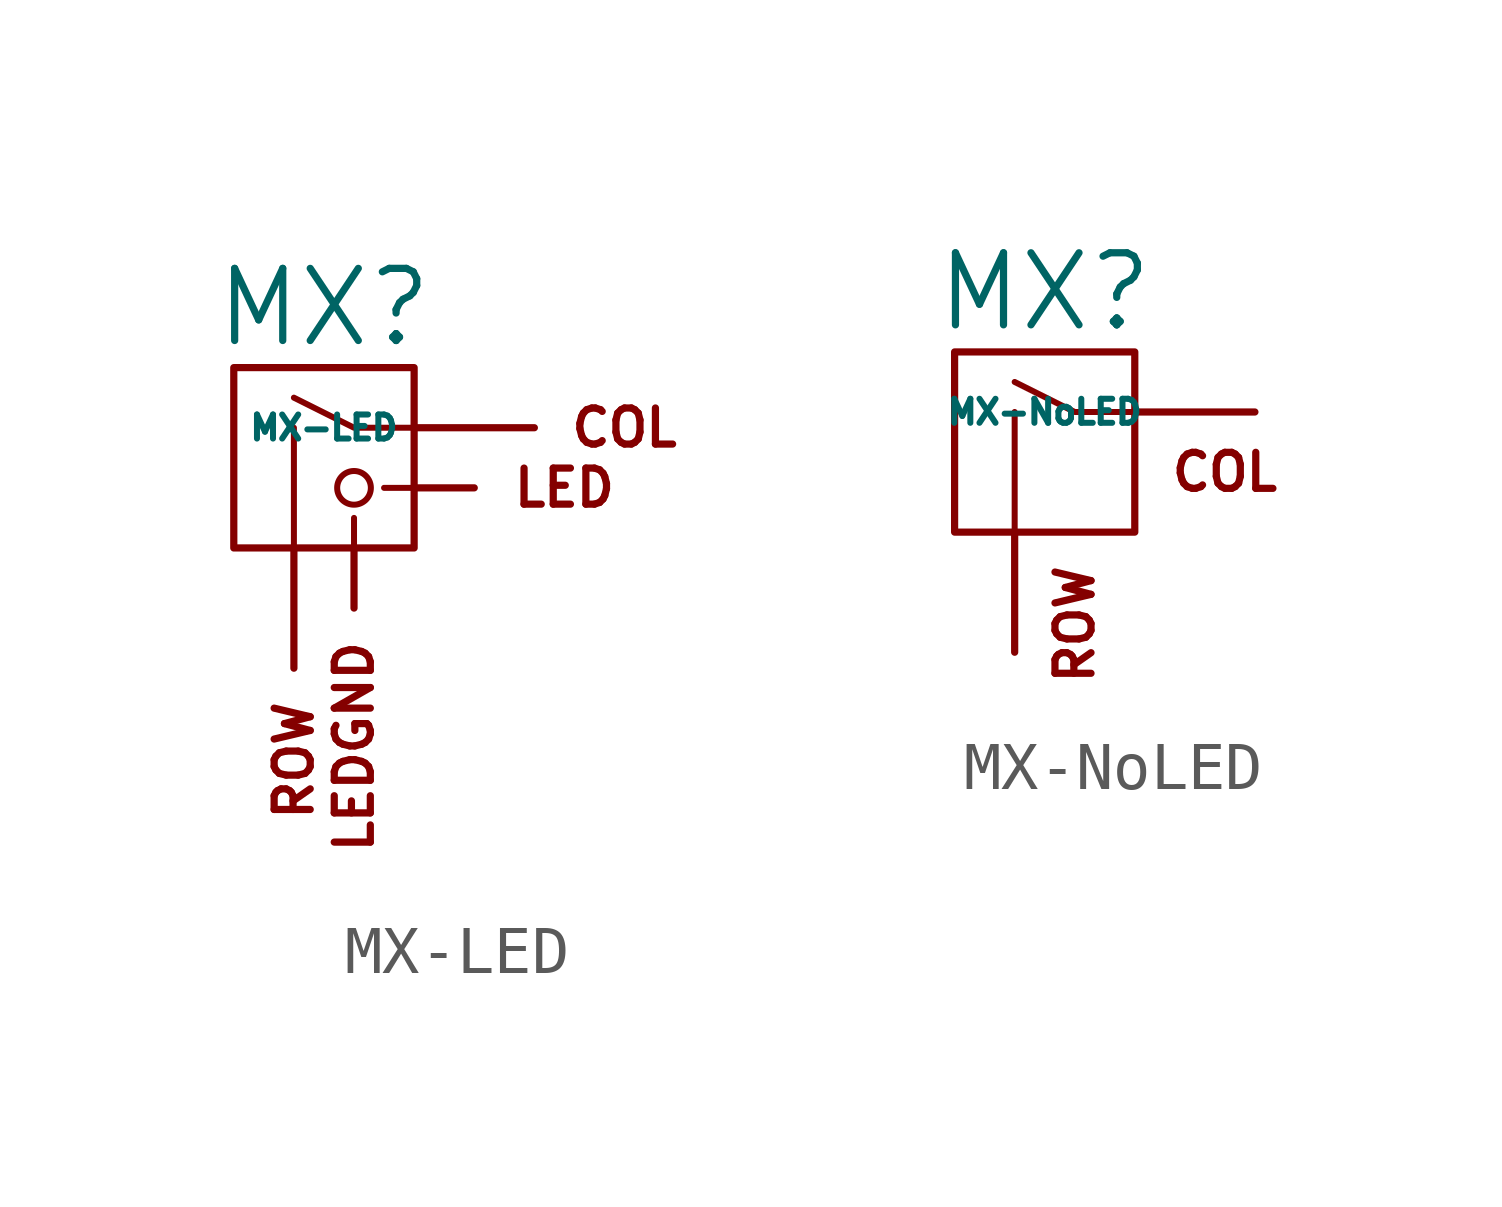
<source format=kicad_sym>
(kicad_symbol_lib
  (version 20241209)
  (generator "kicad_symbol_editor")
  (generator_version "9.0")
  (symbol "MX-LED"
    (pin_names
      (offset 1.016))
    (property "Reference" "MX"
      (at -0.635 3.81 0)
      (effects (font (size 1.524 1.524))))
    (property "Value" "MX-LED"
      (at -0.635 1.27 0)
      (effects (font (size 0.508 0.508))))
    (symbol "MX-LED_0_0"
      (rectangle (start -2.54 2.54) (end 1.27 -1.27) (stroke (width 0) (type solid)) (fill (type none)))
      (polyline (pts (xy -1.27 -1.27) (xy -1.27 1.27)) (stroke (width 0.127) (type solid)) (fill (type none)))
      (circle (center 0 0) (radius 0.356) (stroke (width 0.127) (type solid)) (fill (type none)))
      (polyline (pts (xy 0 -1.27) (xy 0 -0.635)) (stroke (width 0.127) (type solid)) (fill (type none)))
      (polyline (pts (xy 1.27 1.27) (xy 0 1.27) (xy -1.27 1.905)) (stroke (width 0.127) (type solid)) (fill (type none)))
      (polyline (pts (xy 1.27 0) (xy 0.635 0)) (stroke (width 0.127) (type solid)) (fill (type none)))
      (text "ROW" (at -1.27 -4.445 900) (effects (font (size 0.762 0.762)) (justify right)))
      (text "LED" (at 4.445 0 0) (effects (font (size 0.762 0.762))))
      (text "COL" (at 5.715 1.27 0) (effects (font (size 0.762 0.762)))))
    (symbol "MX-LED_1_0"
      (text "LEDGND" (at 0 -3.175 900) (effects (font (size 0.762 0.762)) (justify right))))
    (symbol "MX-LED_1_1"
      (pin passive line (at -1.27 -3.81 90) (length 2.54) (name "ROW" (effects (font (size 0 0)))) (number "2" (effects (font (size 0 0)))))
      (pin passive line (at 0 -2.54 90) (length 1.27) (name "LEDGND" (effects (font (size 0 0)))) (number "4" (effects (font (size 0 0)))))
      (pin input line (at 2.54 0 180) (length 1.27) (name "LED" (effects (font (size 0 0)))) (number "3" (effects (font (size 0 0)))))
      (pin passive line (at 3.81 1.27 180) (length 2.54) (name "COL" (effects (font (size 0 0)))) (number "1" (effects (font (size 0 0)))))))
  (symbol "MX-NoLED"
    (pin_names
      (offset 1.016))
    (property "Reference" "MX"
      (at -0.635 3.81 0)
      (effects (font (size 1.524 1.524))))
    (property "Value" "MX-NoLED"
      (at -0.635 1.27 0)
      (effects (font (size 0.508 0.508))))
    (symbol "MX-NoLED_0_0"
      (rectangle (start -2.54 2.54) (end 1.27 -1.27) (stroke (width 0) (type solid)) (fill (type none)))
      (polyline (pts (xy -1.27 -1.27) (xy -1.27 1.27)) (stroke (width 0.127) (type solid)) (fill (type none)))
      (polyline (pts (xy 1.27 1.27) (xy 0 1.27) (xy -1.27 1.905)) (stroke (width 0.127) (type solid)) (fill (type none)))
      (text "ROW" (at 0 -1.905 900) (effects (font (size 0.762 0.762)) (justify right)))
      (text "COL" (at 3.175 0 0) (effects (font (size 0.762 0.762)))))
    (symbol "MX-NoLED_1_1"
      (pin passive line (at -1.27 -3.81 90) (length 2.54) (name "ROW" (effects (font (size 0 0)))) (number "2" (effects (font (size 0 0)))))
      (pin passive line (at 3.81 1.27 180) (length 2.54) (name "COL" (effects (font (size 0 0)))) (number "1" (effects (font (size 0 0))))))))
</source>
